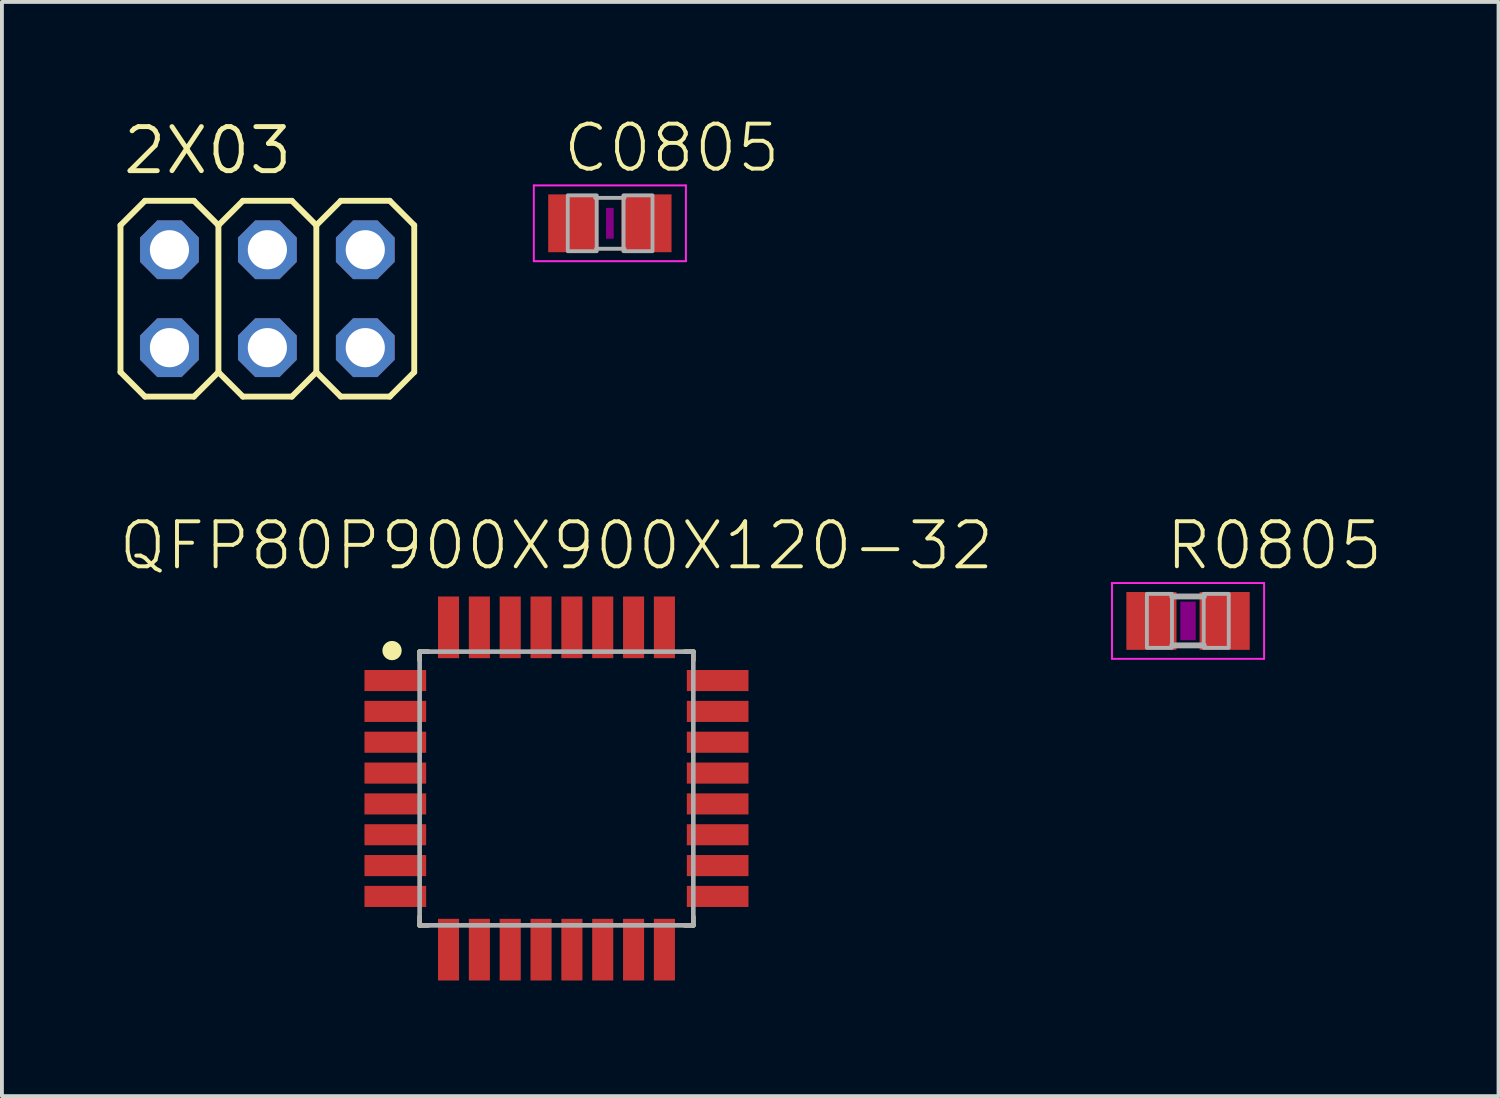
<source format=kicad_pcb>
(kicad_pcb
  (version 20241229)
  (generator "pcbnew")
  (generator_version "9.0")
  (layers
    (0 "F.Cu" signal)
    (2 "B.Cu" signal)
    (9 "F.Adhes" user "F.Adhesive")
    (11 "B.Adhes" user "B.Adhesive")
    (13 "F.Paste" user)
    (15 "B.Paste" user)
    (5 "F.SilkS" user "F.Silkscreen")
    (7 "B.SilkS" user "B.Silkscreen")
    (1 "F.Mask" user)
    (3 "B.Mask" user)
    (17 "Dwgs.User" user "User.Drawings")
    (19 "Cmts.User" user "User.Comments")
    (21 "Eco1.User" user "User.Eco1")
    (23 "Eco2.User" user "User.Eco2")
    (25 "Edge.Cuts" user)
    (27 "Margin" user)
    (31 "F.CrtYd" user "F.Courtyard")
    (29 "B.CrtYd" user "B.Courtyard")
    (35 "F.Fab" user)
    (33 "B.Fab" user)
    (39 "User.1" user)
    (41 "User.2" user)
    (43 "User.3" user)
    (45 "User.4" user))
  (footprint "2X03"
    (layer "F.Cu")
    (at 3.886 4.699)
    (property "Reference" "2X03" (at -3.81 -3.175 0) (layer "F.SilkS") (effects (font (size 1.143 1.143) (thickness 0.127)) (justify left bottom)))
    (fp_line (start -3.81 -1.905) (end -3.175 -2.54) (stroke (width 0.152) (type solid)) (layer "F.SilkS"))
    (fp_line (start -3.81 1.905) (end -3.81 -1.905) (stroke (width 0.152) (type solid)) (layer "F.SilkS"))
    (fp_line (start -3.81 1.905) (end -3.175 2.54) (stroke (width 0.152) (type solid)) (layer "F.SilkS"))
    (fp_line (start -3.175 -2.54) (end -1.905 -2.54) (stroke (width 0.152) (type solid)) (layer "F.SilkS"))
    (fp_line (start -3.175 2.54) (end -1.905 2.54) (stroke (width 0.152) (type solid)) (layer "F.SilkS"))
    (fp_line (start -1.905 -2.54) (end -1.27 -1.905) (stroke (width 0.152) (type solid)) (layer "F.SilkS"))
    (fp_line (start -1.905 2.54) (end -1.27 1.905) (stroke (width 0.152) (type solid)) (layer "F.SilkS"))
    (fp_line (start -1.27 -1.905) (end -1.27 1.905) (stroke (width 0.152) (type solid)) (layer "F.SilkS"))
    (fp_line (start -1.27 -1.905) (end -0.635 -2.54) (stroke (width 0.152) (type solid)) (layer "F.SilkS"))
    (fp_line (start -1.27 1.905) (end -0.635 2.54) (stroke (width 0.152) (type solid)) (layer "F.SilkS"))
    (fp_line (start -0.635 -2.54) (end 0.635 -2.54) (stroke (width 0.152) (type solid)) (layer "F.SilkS"))
    (fp_line (start -0.635 2.54) (end 0.635 2.54) (stroke (width 0.152) (type solid)) (layer "F.SilkS"))
    (fp_line (start 0.635 -2.54) (end 1.27 -1.905) (stroke (width 0.152) (type solid)) (layer "F.SilkS"))
    (fp_line (start 0.635 2.54) (end 1.27 1.905) (stroke (width 0.152) (type solid)) (layer "F.SilkS"))
    (fp_line (start 1.27 -1.905) (end 1.27 1.905) (stroke (width 0.152) (type solid)) (layer "F.SilkS"))
    (fp_line (start 1.27 -1.905) (end 1.905 -2.54) (stroke (width 0.152) (type solid)) (layer "F.SilkS"))
    (fp_line (start 1.27 1.905) (end 1.905 2.54) (stroke (width 0.152) (type solid)) (layer "F.SilkS"))
    (fp_line (start 1.905 -2.54) (end 3.175 -2.54) (stroke (width 0.152) (type solid)) (layer "F.SilkS"))
    (fp_line (start 1.905 2.54) (end 3.175 2.54) (stroke (width 0.152) (type solid)) (layer "F.SilkS"))
    (fp_line (start 3.175 -2.54) (end 3.81 -1.905) (stroke (width 0.152) (type solid)) (layer "F.SilkS"))
    (fp_line (start 3.175 2.54) (end 3.81 1.905) (stroke (width 0.152) (type solid)) (layer "F.SilkS"))
    (fp_line (start 3.81 -1.905) (end 3.81 1.905) (stroke (width 0.152) (type solid)) (layer "F.SilkS"))
    (fp_poly (pts (xy -2.794 -1.016) (xy -2.286 -1.016) (xy -2.286 -1.524) (xy -2.794 -1.524)) (stroke (width 0.1) (type solid)) (fill no) (layer "F.Fab"))
    (fp_poly (pts (xy -2.794 1.524) (xy -2.286 1.524) (xy -2.286 1.016) (xy -2.794 1.016)) (stroke (width 0.1) (type solid)) (fill no) (layer "F.Fab"))
    (fp_poly (pts (xy -0.254 -1.016) (xy 0.254 -1.016) (xy 0.254 -1.524) (xy -0.254 -1.524)) (stroke (width 0.1) (type solid)) (fill no) (layer "F.Fab"))
    (fp_poly (pts (xy -0.254 1.524) (xy 0.254 1.524) (xy 0.254 1.016) (xy -0.254 1.016)) (stroke (width 0.1) (type solid)) (fill no) (layer "F.Fab"))
    (fp_poly (pts (xy 2.286 -1.016) (xy 2.794 -1.016) (xy 2.794 -1.524) (xy 2.286 -1.524)) (stroke (width 0.1) (type solid)) (fill no) (layer "F.Fab"))
    (fp_poly (pts (xy 2.286 1.524) (xy 2.794 1.524) (xy 2.794 1.016) (xy 2.286 1.016)) (stroke (width 0.1) (type solid)) (fill no) (layer "F.Fab"))
    (pad "1" thru_hole roundrect (at -2.54 1.27) (size 1.524 1.524) (drill 1.016) (layers "*.Cu" "*.Mask") (roundrect_rratio 0.25) (chamfer_ratio 0.293) (chamfer top_left top_right bottom_left bottom_right))
    (pad "2" thru_hole roundrect (at -2.54 -1.27) (size 1.524 1.524) (drill 1.016) (layers "*.Cu" "*.Mask") (roundrect_rratio 0.25) (chamfer_ratio 0.293) (chamfer top_left top_right bottom_left bottom_right))
    (pad "3" thru_hole roundrect (at 0 1.27) (size 1.524 1.524) (drill 1.016) (layers "*.Cu" "*.Mask") (roundrect_rratio 0.25) (chamfer_ratio 0.293) (chamfer top_left top_right bottom_left bottom_right))
    (pad "4" thru_hole roundrect (at 0 -1.27) (size 1.524 1.524) (drill 1.016) (layers "*.Cu" "*.Mask") (roundrect_rratio 0.25) (chamfer_ratio 0.293) (chamfer top_left top_right bottom_left bottom_right))
    (pad "5" thru_hole roundrect (at 2.54 1.27) (size 1.524 1.524) (drill 1.016) (layers "*.Cu" "*.Mask") (roundrect_rratio 0.25) (chamfer_ratio 0.293) (chamfer top_left top_right bottom_left bottom_right))
    (pad "6" thru_hole roundrect (at 2.54 -1.27) (size 1.524 1.524) (drill 1.016) (layers "*.Cu" "*.Mask") (roundrect_rratio 0.25) (chamfer_ratio 0.293) (chamfer top_left top_right bottom_left bottom_right)))
  (footprint "C0805"
    (layer "F.Cu")
    (at 12.771 2.743)
    (property "Reference" "C0805" (at -1.27 -1.27 0) (layer "F.SilkS") (effects (font (size 1.168 1.168) (thickness 0.102)) (justify left bottom)))
    (fp_poly (pts (xy -0.1 0.4) (xy 0.1 0.4) (xy 0.1 -0.4) (xy -0.1 -0.4)) (stroke (width 0) (type solid)) (fill yes) (layer "F.Adhes"))
    (fp_line (start -1.973 -0.983) (end 1.973 -0.983) (stroke (width 0.051) (type solid)) (layer "F.CrtYd"))
    (fp_line (start -1.973 0.983) (end -1.973 -0.983) (stroke (width 0.051) (type solid)) (layer "F.CrtYd"))
    (fp_line (start 1.973 -0.983) (end 1.973 0.983) (stroke (width 0.051) (type solid)) (layer "F.CrtYd"))
    (fp_line (start 1.973 0.983) (end -1.973 0.983) (stroke (width 0.051) (type solid)) (layer "F.CrtYd"))
    (fp_line (start -0.381 -0.66) (end 0.381 -0.66) (stroke (width 0.102) (type solid)) (layer "F.Fab"))
    (fp_line (start -0.356 0.66) (end 0.381 0.66) (stroke (width 0.102) (type solid)) (layer "F.Fab"))
    (fp_poly (pts (xy -1.092 0.724) (xy -0.342 0.724) (xy -0.342 -0.726) (xy -1.092 -0.726)) (stroke (width 0.1) (type solid)) (fill no) (layer "F.Fab"))
    (fp_poly (pts (xy 0.356 0.724) (xy 1.106 0.724) (xy 1.106 -0.726) (xy 0.356 -0.726)) (stroke (width 0.1) (type solid)) (fill no) (layer "F.Fab"))
    (pad "1" smd rect (at -0.95 0) (size 1.3 1.5) (layers "F.Cu" "F.Mask" "F.Paste"))
    (pad "2" smd rect (at 0.95 0) (size 1.3 1.5) (layers "F.Cu" "F.Mask" "F.Paste")))
  (footprint "R0805"
    (layer "F.Cu")
    (at 27.77 13.058)
    (property "Reference" "R0805" (at -0.635 -1.27 0) (layer "F.SilkS") (effects (font (size 1.168 1.168) (thickness 0.102)) (justify left bottom)))
    (fp_poly (pts (xy -0.2 0.5) (xy 0.2 0.5) (xy 0.2 -0.5) (xy -0.2 -0.5)) (stroke (width 0) (type solid)) (fill yes) (layer "F.Adhes"))
    (fp_line (start -1.973 -0.983) (end 1.973 -0.983) (stroke (width 0.051) (type solid)) (layer "F.CrtYd"))
    (fp_line (start -1.973 0.983) (end -1.973 -0.983) (stroke (width 0.051) (type solid)) (layer "F.CrtYd"))
    (fp_line (start 1.973 -0.983) (end 1.973 0.983) (stroke (width 0.051) (type solid)) (layer "F.CrtYd"))
    (fp_line (start 1.973 0.983) (end -1.973 0.983) (stroke (width 0.051) (type solid)) (layer "F.CrtYd"))
    (fp_line (start -0.41 -0.635) (end 0.41 -0.635) (stroke (width 0.152) (type solid)) (layer "F.Fab"))
    (fp_line (start -0.41 0.635) (end 0.41 0.635) (stroke (width 0.152) (type solid)) (layer "F.Fab"))
    (fp_poly (pts (xy -1.067 0.699) (xy -0.417 0.699) (xy -0.417 -0.702) (xy -1.067 -0.702)) (stroke (width 0.1) (type solid)) (fill no) (layer "F.Fab"))
    (fp_poly (pts (xy 0.406 0.699) (xy 1.056 0.699) (xy 1.056 -0.702) (xy 0.406 -0.702)) (stroke (width 0.1) (type solid)) (fill no) (layer "F.Fab"))
    (pad "1" smd rect (at -0.95 0) (size 1.3 1.5) (layers "F.Cu" "F.Mask" "F.Paste"))
    (pad "2" smd rect (at 0.95 0) (size 1.3 1.5) (layers "F.Cu" "F.Mask" "F.Paste")))
  (footprint "QFP80P900X900X120-32"
    (layer "F.Cu")
    (at 11.386 17.405)
    (property "Reference" "QFP80P900X900X120-32" (at 0 -5.616 0) (layer "F.SilkS") (effects (font (size 1.168 1.168) (thickness 0.102)) (justify bottom)))
    (fp_line (start -3.55 -3.55) (end -3.328 -3.55) (stroke (width 0.12) (type solid)) (layer "F.SilkS"))
    (fp_line (start -3.55 -3.328) (end -3.55 -3.55) (stroke (width 0.12) (type solid)) (layer "F.SilkS"))
    (fp_line (start -3.55 3.328) (end -3.55 3.55) (stroke (width 0.12) (type solid)) (layer "F.SilkS"))
    (fp_line (start -3.55 3.55) (end -3.328 3.55) (stroke (width 0.12) (type solid)) (layer "F.SilkS"))
    (fp_line (start 3.55 -3.55) (end 3.328 -3.55) (stroke (width 0.12) (type solid)) (layer "F.SilkS"))
    (fp_line (start 3.55 -3.328) (end 3.55 -3.55) (stroke (width 0.12) (type solid)) (layer "F.SilkS"))
    (fp_line (start 3.55 3.328) (end 3.55 3.55) (stroke (width 0.12) (type solid)) (layer "F.SilkS"))
    (fp_line (start 3.55 3.55) (end 3.328 3.55) (stroke (width 0.12) (type solid)) (layer "F.SilkS"))
    (fp_circle (center -4.266 -3.578) (end -4.141 -3.578) (stroke (width 0.25) (type solid)) (fill yes) (layer "F.SilkS"))
    (fp_line (start -3.55 -3.55) (end 3.55 -3.55) (stroke (width 0.12) (type solid)) (layer "F.Fab"))
    (fp_line (start -3.55 3.55) (end -3.55 -3.55) (stroke (width 0.12) (type solid)) (layer "F.Fab"))
    (fp_line (start 3.55 -3.55) (end 3.55 3.55) (stroke (width 0.12) (type solid)) (layer "F.Fab"))
    (fp_line (start 3.55 3.55) (end -3.55 3.55) (stroke (width 0.12) (type solid)) (layer "F.Fab"))
    (pad "1" smd rect (at -4.181 -2.8) (size 1.6 0.547) (layers "F.Cu" "F.Mask" "F.Paste"))
    (pad "2" smd rect (at -4.181 -2) (size 1.6 0.547) (layers "F.Cu" "F.Mask" "F.Paste"))
    (pad "3" smd rect (at -4.181 -1.2) (size 1.6 0.547) (layers "F.Cu" "F.Mask" "F.Paste"))
    (pad "4" smd rect (at -4.181 -0.4) (size 1.6 0.547) (layers "F.Cu" "F.Mask" "F.Paste"))
    (pad "5" smd rect (at -4.181 0.4) (size 1.6 0.547) (layers "F.Cu" "F.Mask" "F.Paste"))
    (pad "6" smd rect (at -4.181 1.2) (size 1.6 0.547) (layers "F.Cu" "F.Mask" "F.Paste"))
    (pad "7" smd rect (at -4.181 2) (size 1.6 0.547) (layers "F.Cu" "F.Mask" "F.Paste"))
    (pad "8" smd rect (at -4.181 2.8) (size 1.6 0.547) (layers "F.Cu" "F.Mask" "F.Paste"))
    (pad "9" smd rect (at -2.8 4.181 90) (size 1.6 0.547) (layers "F.Cu" "F.Mask" "F.Paste"))
    (pad "10" smd rect (at -2 4.181 90) (size 1.6 0.547) (layers "F.Cu" "F.Mask" "F.Paste"))
    (pad "11" smd rect (at -1.2 4.181 90) (size 1.6 0.547) (layers "F.Cu" "F.Mask" "F.Paste"))
    (pad "12" smd rect (at -0.4 4.181 90) (size 1.6 0.547) (layers "F.Cu" "F.Mask" "F.Paste"))
    (pad "13" smd rect (at 0.4 4.181 90) (size 1.6 0.547) (layers "F.Cu" "F.Mask" "F.Paste"))
    (pad "14" smd rect (at 1.2 4.181 90) (size 1.6 0.547) (layers "F.Cu" "F.Mask" "F.Paste"))
    (pad "15" smd rect (at 2 4.181 90) (size 1.6 0.547) (layers "F.Cu" "F.Mask" "F.Paste"))
    (pad "16" smd rect (at 2.8 4.181 90) (size 1.6 0.547) (layers "F.Cu" "F.Mask" "F.Paste"))
    (pad "17" smd rect (at 4.181 2.8) (size 1.6 0.547) (layers "F.Cu" "F.Mask" "F.Paste"))
    (pad "18" smd rect (at 4.181 2) (size 1.6 0.547) (layers "F.Cu" "F.Mask" "F.Paste"))
    (pad "19" smd rect (at 4.181 1.2) (size 1.6 0.547) (layers "F.Cu" "F.Mask" "F.Paste"))
    (pad "20" smd rect (at 4.181 0.4) (size 1.6 0.547) (layers "F.Cu" "F.Mask" "F.Paste"))
    (pad "21" smd rect (at 4.181 -0.4) (size 1.6 0.547) (layers "F.Cu" "F.Mask" "F.Paste"))
    (pad "22" smd rect (at 4.181 -1.2) (size 1.6 0.547) (layers "F.Cu" "F.Mask" "F.Paste"))
    (pad "23" smd rect (at 4.181 -2) (size 1.6 0.547) (layers "F.Cu" "F.Mask" "F.Paste"))
    (pad "24" smd rect (at 4.181 -2.8) (size 1.6 0.547) (layers "F.Cu" "F.Mask" "F.Paste"))
    (pad "25" smd rect (at 2.8 -4.181 90) (size 1.6 0.547) (layers "F.Cu" "F.Mask" "F.Paste"))
    (pad "26" smd rect (at 2 -4.181 90) (size 1.6 0.547) (layers "F.Cu" "F.Mask" "F.Paste"))
    (pad "27" smd rect (at 1.2 -4.181 90) (size 1.6 0.547) (layers "F.Cu" "F.Mask" "F.Paste"))
    (pad "28" smd rect (at 0.4 -4.181 90) (size 1.6 0.547) (layers "F.Cu" "F.Mask" "F.Paste"))
    (pad "29" smd rect (at -0.4 -4.181 90) (size 1.6 0.547) (layers "F.Cu" "F.Mask" "F.Paste"))
    (pad "30" smd rect (at -1.2 -4.181 90) (size 1.6 0.547) (layers "F.Cu" "F.Mask" "F.Paste"))
    (pad "31" smd rect (at -2 -4.181 90) (size 1.6 0.547) (layers "F.Cu" "F.Mask" "F.Paste"))
    (pad "32" smd rect (at -2.8 -4.181 90) (size 1.6 0.547) (layers "F.Cu" "F.Mask" "F.Paste")))
  (gr_rect
    (start -3 -3)
    (end 35.825 25.386)
    (stroke (width 0.1) (type default))
    (fill no)
    (layer "Edge.Cuts")))
</source>
